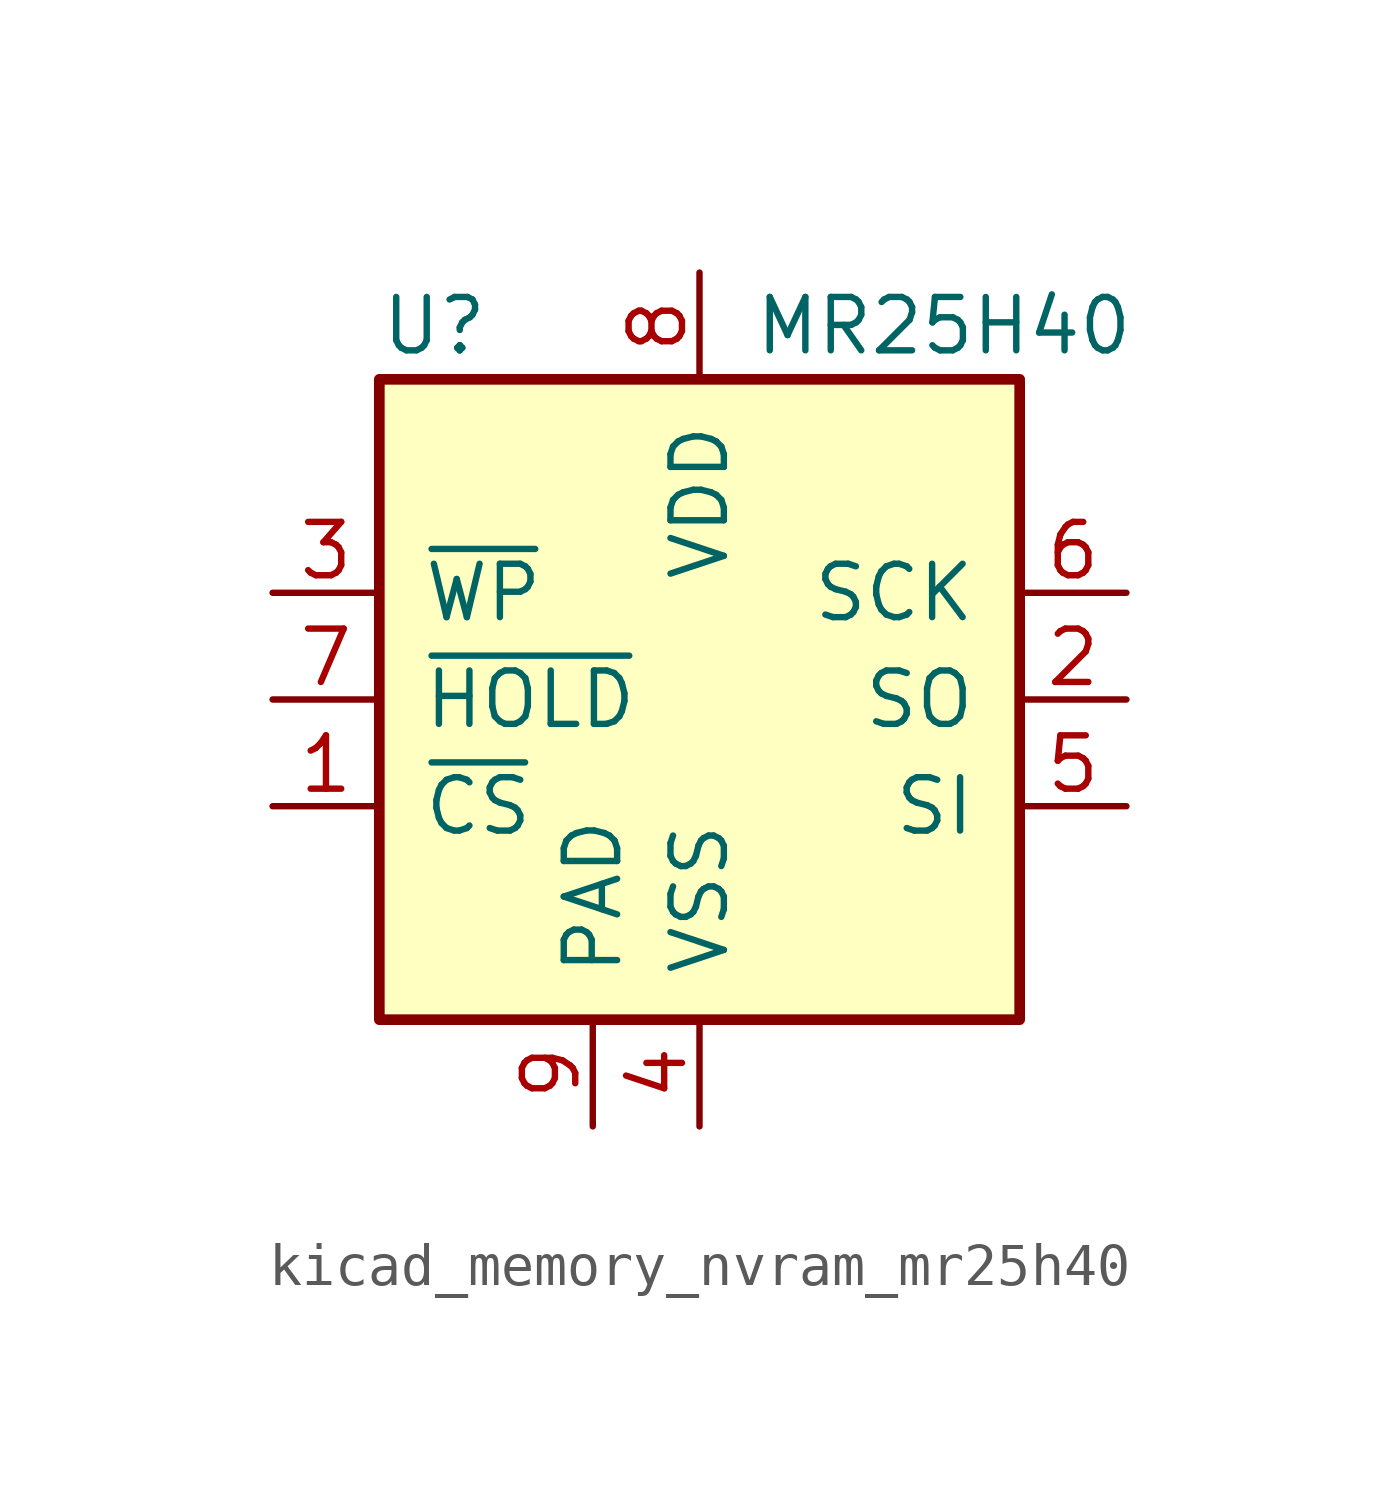
<source format=kicad_sym>
(kicad_symbol_lib
  (version 20220914)
  (generator kicad_symbol_editor)
  (symbol "kicad_memory_nvram_mr25h40"
    (pin_names
      (offset 1.016))
    (property "Reference" "U"
      (at -7.62 8.89 0)
      (effects (font (size 1.27 1.27)) (justify left)))
    (property "Value" "MR25H40"
      (at 1.27 8.89 0)
      (effects (font (size 1.27 1.27)) (justify left)))
    (symbol "kicad_memory_nvram_mr25h40_0_1"
      (rectangle (start -7.62 7.62) (end 7.62 -7.62) (stroke (width 0.254) (type default)) (fill (type background))))
    (symbol "kicad_memory_nvram_mr25h40_1_1"
      (pin input line (at -10.16 -2.54 0) (length 2.54) (name "~{CS}" (effects (font (size 1.27 1.27)))) (number "1" (effects (font (size 1.27 1.27)))))
      (pin output line (at 10.16 0 180) (length 2.54) (name "SO" (effects (font (size 1.27 1.27)))) (number "2" (effects (font (size 1.27 1.27)))))
      (pin input line (at -10.16 2.54 0) (length 2.54) (name "~{WP}" (effects (font (size 1.27 1.27)))) (number "3" (effects (font (size 1.27 1.27)))))
      (pin power_in line (at 0 -10.16 90) (length 2.54) (name "VSS" (effects (font (size 1.27 1.27)))) (number "4" (effects (font (size 1.27 1.27)))))
      (pin input line (at 10.16 -2.54 180) (length 2.54) (name "SI" (effects (font (size 1.27 1.27)))) (number "5" (effects (font (size 1.27 1.27)))))
      (pin input line (at 10.16 2.54 180) (length 2.54) (name "SCK" (effects (font (size 1.27 1.27)))) (number "6" (effects (font (size 1.27 1.27)))))
      (pin input line (at -10.16 0 0) (length 2.54) (name "~{HOLD}" (effects (font (size 1.27 1.27)))) (number "7" (effects (font (size 1.27 1.27)))))
      (pin power_in line (at 0 10.16 270) (length 2.54) (name "VDD" (effects (font (size 1.27 1.27)))) (number "8" (effects (font (size 1.27 1.27)))))
      (pin power_in line (at -2.54 -10.16 90) (length 2.54) (name "PAD" (effects (font (size 1.27 1.27)))) (number "9" (effects (font (size 1.27 1.27))))))))
</source>
